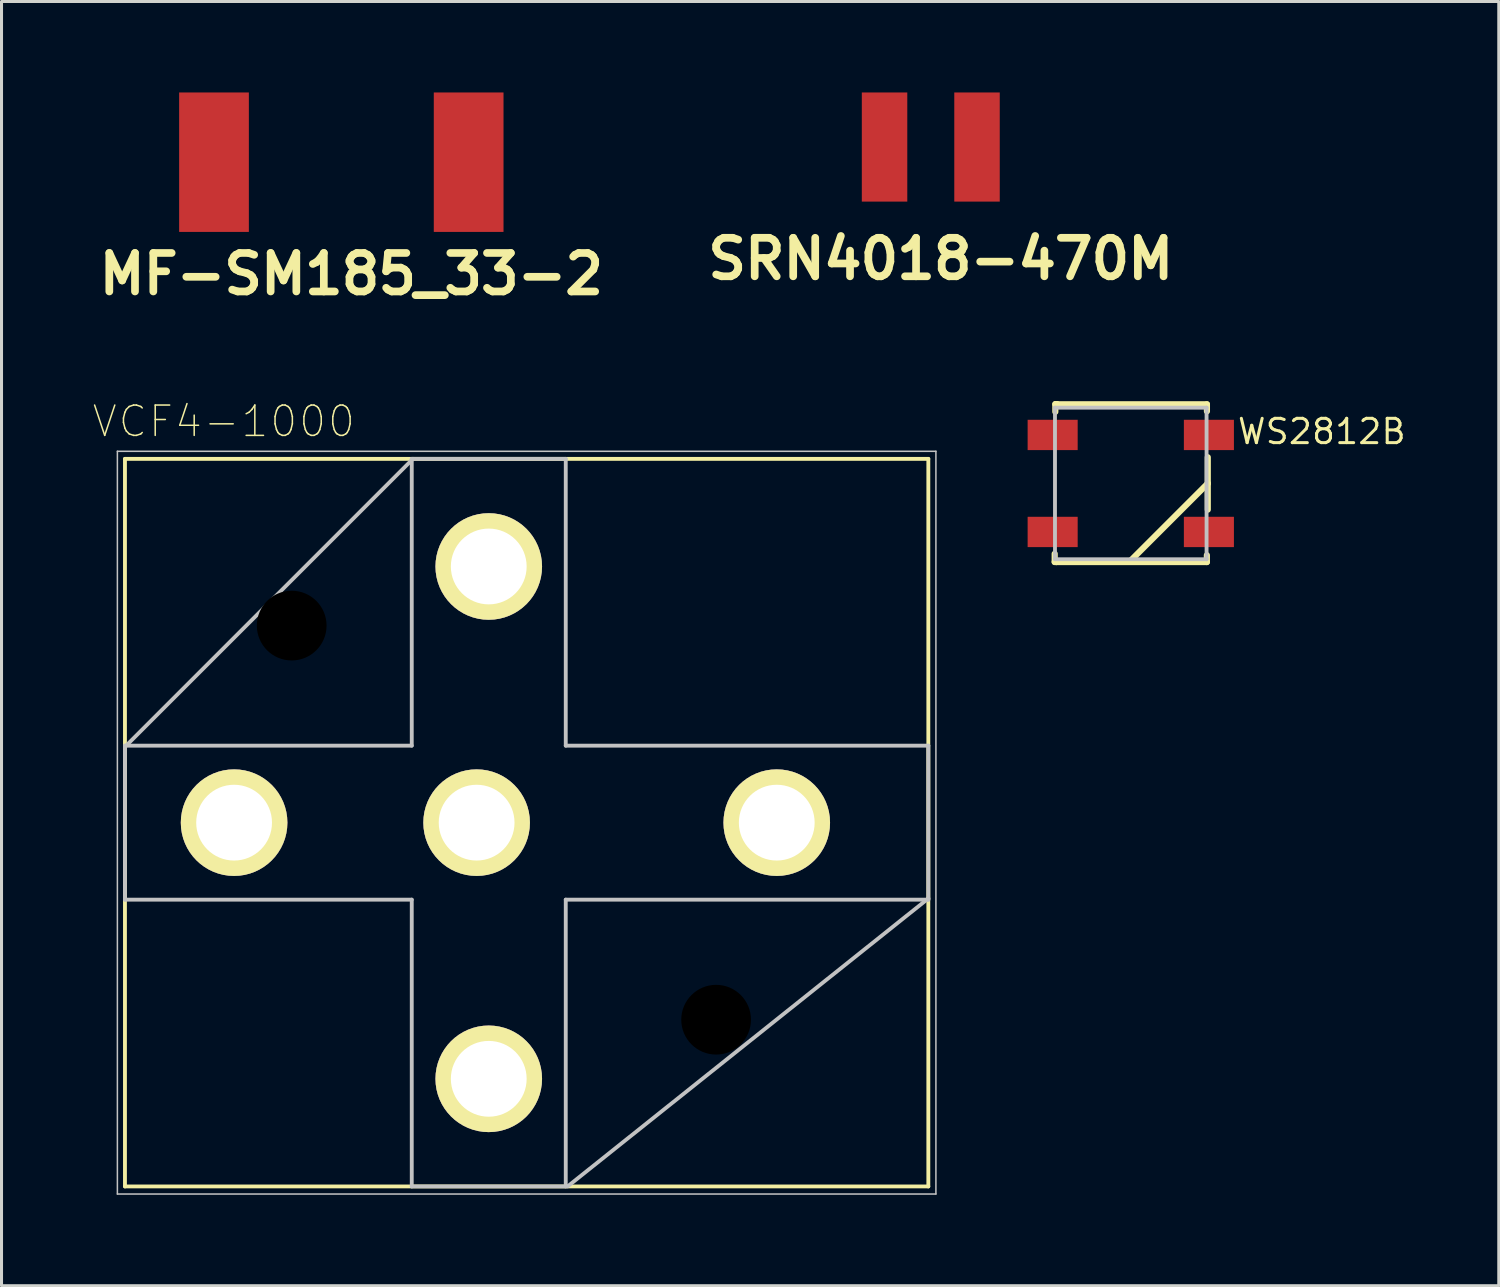
<source format=kicad_pcb>
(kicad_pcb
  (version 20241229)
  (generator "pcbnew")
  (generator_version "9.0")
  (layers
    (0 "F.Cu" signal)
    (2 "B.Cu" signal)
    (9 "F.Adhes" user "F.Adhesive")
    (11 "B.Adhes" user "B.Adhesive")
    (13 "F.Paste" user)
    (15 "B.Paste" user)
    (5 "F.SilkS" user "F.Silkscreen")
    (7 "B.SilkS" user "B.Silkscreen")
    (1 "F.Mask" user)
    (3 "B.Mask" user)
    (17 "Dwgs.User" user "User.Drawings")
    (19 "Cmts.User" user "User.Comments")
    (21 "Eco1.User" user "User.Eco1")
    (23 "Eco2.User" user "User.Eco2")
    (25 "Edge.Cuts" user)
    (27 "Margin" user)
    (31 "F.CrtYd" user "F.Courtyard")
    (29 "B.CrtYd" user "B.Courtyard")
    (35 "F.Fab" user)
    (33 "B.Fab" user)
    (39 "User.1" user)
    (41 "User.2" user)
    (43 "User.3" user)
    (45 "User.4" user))
  (footprint "WS2812B"
    (layer "F.Cu")
    (at 34.25 12.897)
    (property "Reference" "WS2812B" (at 6.301 -1.712 0) (layer "F.SilkS") (effects (font (size 0.802 0.802) (thickness 0.1))))
    (attr smd)
    (fp_line (start -2.51 2.319) (end -2.51 2.591) (stroke (width 0.203) (type solid)) (layer "F.SilkS"))
    (fp_line (start -2.51 2.591) (end -2.459 2.591) (stroke (width 0.203) (type solid)) (layer "F.SilkS"))
    (fp_line (start -2.489 -2.616) (end -2.438 -2.616) (stroke (width 0.203) (type solid)) (layer "F.SilkS"))
    (fp_line (start -2.489 -2.362) (end -2.489 -2.616) (stroke (width 0.203) (type solid)) (layer "F.SilkS"))
    (fp_line (start -2.459 2.591) (end -2.459 2.593) (stroke (width 0.203) (type solid)) (layer "F.SilkS"))
    (fp_line (start -2.459 2.593) (end 2.51 2.593) (stroke (width 0.203) (type solid)) (layer "F.SilkS"))
    (fp_line (start -2.438 -2.616) (end -2.438 -2.611) (stroke (width 0.203) (type solid)) (layer "F.SilkS"))
    (fp_line (start -2.438 -2.611) (end 2.512 -2.611) (stroke (width 0.203) (type solid)) (layer "F.SilkS"))
    (fp_line (start 2.51 2.593) (end 2.51 2.367) (stroke (width 0.203) (type solid)) (layer "F.SilkS"))
    (fp_line (start 2.512 -2.611) (end 2.512 -2.38) (stroke (width 0.203) (type solid)) (layer "F.SilkS"))
    (fp_line (start 2.54 -0.864) (end 2.54 0) (stroke (width 0.203) (type solid)) (layer "F.SilkS"))
    (fp_line (start 2.54 0) (end 0 2.54) (stroke (width 0.203) (type solid)) (layer "F.SilkS"))
    (fp_line (start 2.54 0) (end 2.54 0.864) (stroke (width 0.203) (type solid)) (layer "F.SilkS"))
    (fp_line (start -2.5 -2.5) (end -2.5 2.5) (stroke (width 0.127) (type solid)) (layer "Dwgs.User"))
    (fp_line (start -2.5 2.5) (end 2.5 2.5) (stroke (width 0.127) (type solid)) (layer "Dwgs.User"))
    (fp_line (start 2.5 -2.5) (end -2.5 -2.5) (stroke (width 0.127) (type solid)) (layer "Dwgs.User"))
    (fp_line (start 2.5 2.5) (end 2.5 -2.5) (stroke (width 0.127) (type solid)) (layer "Dwgs.User"))
    (pad "1" smd rect (at -2.577 -1.6) (size 1.651 1) (layers "F.Cu" "F.Mask" "F.Paste"))
    (pad "2" smd rect (at -2.577 1.6) (size 1.651 1) (layers "F.Cu" "F.Mask" "F.Paste"))
    (pad "3" smd rect (at 2.577 1.6) (size 1.651 1) (layers "F.Cu" "F.Mask" "F.Paste"))
    (pad "4" smd rect (at 2.577 -1.6) (size 1.651 1) (layers "F.Cu" "F.Mask" "F.Paste")))
  (footprint "MF-SM185_33-2"
    (layer "F.Cu")
    (at 8.209 2.3)
    (property "Reference" "MF-SM185_33-2" (at 0.33 3.69 0) (layer "F.SilkS") (effects (font (size 1.27 1.27) (thickness 0.254))))
    (attr through_hole)
    (pad "1" smd rect (at -4.2 0) (size 2.3 4.6) (layers "F.Cu" "F.Mask" "F.Paste"))
    (pad "2" smd rect (at 4.2 0) (size 2.3 4.6) (layers "F.Cu" "F.Mask" "F.Paste")))
  (footprint "VCF4-1000"
    (layer "F.Cu")
    (at 13.072 24.086)
    (property "Reference" "VCF4-1000" (at -8.74 -13.235 0) (layer "F.SilkS") (effects (font (size 1 1) (thickness 0.05))))
    (attr through_hole)
    (fp_line (start -12 -12) (end 14.5 -12) (stroke (width 0.127) (type solid)) (layer "F.SilkS"))
    (fp_line (start -12 12) (end -12 -12) (stroke (width 0.127) (type solid)) (layer "F.SilkS"))
    (fp_line (start 14.5 -12) (end 14.5 12) (stroke (width 0.127) (type solid)) (layer "F.SilkS"))
    (fp_line (start 14.5 12) (end -12 12) (stroke (width 0.127) (type solid)) (layer "F.SilkS"))
    (fp_line (start -12.25 -12.25) (end 14.75 -12.25) (stroke (width 0.05) (type solid)) (layer "Dwgs.User"))
    (fp_line (start -12.25 12.25) (end -12.25 -12.25) (stroke (width 0.05) (type solid)) (layer "Dwgs.User"))
    (fp_line (start -12 -2.54) (end -2.54 -2.54) (stroke (width 0.127) (type solid)) (layer "Dwgs.User"))
    (fp_line (start -12 -2.5) (end -12 -2.54) (stroke (width 0.127) (type solid)) (layer "Dwgs.User"))
    (fp_line (start -12 -2.5) (end -2.5 -12) (stroke (width 0.127) (type solid)) (layer "Dwgs.User"))
    (fp_line (start -12 2.54) (end -12 -2.5) (stroke (width 0.127) (type solid)) (layer "Dwgs.User"))
    (fp_line (start -2.54 -12) (end -2.5 -12) (stroke (width 0.127) (type solid)) (layer "Dwgs.User"))
    (fp_line (start -2.54 -2.54) (end -2.54 -12) (stroke (width 0.127) (type solid)) (layer "Dwgs.User"))
    (fp_line (start -2.54 2.54) (end -12 2.54) (stroke (width 0.127) (type solid)) (layer "Dwgs.User"))
    (fp_line (start -2.54 12) (end -2.54 2.54) (stroke (width 0.127) (type solid)) (layer "Dwgs.User"))
    (fp_line (start -2.5 -12) (end 2.54 -12) (stroke (width 0.127) (type solid)) (layer "Dwgs.User"))
    (fp_line (start 2.54 -12) (end 2.54 -2.54) (stroke (width 0.127) (type solid)) (layer "Dwgs.User"))
    (fp_line (start 2.54 -2.54) (end 14.5 -2.54) (stroke (width 0.127) (type solid)) (layer "Dwgs.User"))
    (fp_line (start 2.54 2.54) (end 2.54 12) (stroke (width 0.127) (type solid)) (layer "Dwgs.User"))
    (fp_line (start 2.54 12) (end -2.54 12) (stroke (width 0.127) (type solid)) (layer "Dwgs.User"))
    (fp_line (start 14.5 -2.54) (end 14.5 2.5) (stroke (width 0.127) (type solid)) (layer "Dwgs.User"))
    (fp_line (start 14.5 2.5) (end 2.6 12) (stroke (width 0.127) (type solid)) (layer "Dwgs.User"))
    (fp_line (start 14.5 2.5) (end 14.5 2.54) (stroke (width 0.127) (type solid)) (layer "Dwgs.User"))
    (fp_line (start 14.5 2.54) (end 2.54 2.54) (stroke (width 0.127) (type solid)) (layer "Dwgs.User"))
    (fp_line (start 14.75 -12.25) (end 14.75 12.25) (stroke (width 0.05) (type solid)) (layer "Dwgs.User"))
    (fp_line (start 14.75 12.25) (end -12.25 12.25) (stroke (width 0.05) (type solid)) (layer "Dwgs.User"))
    (pad "" np_thru_hole circle (at -6.5 -6.5) (size 2.3 2.3) (drill 2.3) (layers))
    (pad "" np_thru_hole circle (at 7.5 6.5) (size 2.3 2.3) (drill 2.3) (layers))
    (pad "30" thru_hole circle (at 9.5 0) (size 3.516 3.516) (drill 2.5) (layers "*.Cu" "*.Mask" "F.SilkS"))
    (pad "85" thru_hole circle (at 0 8.45) (size 3.516 3.516) (drill 2.5) (layers "*.Cu" "*.Mask" "F.SilkS"))
    (pad "86" thru_hole circle (at 0 -8.45) (size 3.516 3.516) (drill 2.5) (layers "*.Cu" "*.Mask" "F.SilkS"))
    (pad "87" thru_hole circle (at -8.4 0) (size 3.516 3.516) (drill 2.5) (layers "*.Cu" "*.Mask" "F.SilkS"))
    (pad "87A" thru_hole circle (at -0.4 0) (size 3.516 3.516) (drill 2.5) (layers "*.Cu" "*.Mask" "F.SilkS")))
  (footprint "SRN4018-470M"
    (layer "F.Cu")
    (at 27.653 1.8)
    (property "Reference" "SRN4018-470M" (at 0.33 3.69 0) (layer "F.SilkS") (effects (font (size 1.27 1.27) (thickness 0.254))))
    (attr through_hole)
    (pad "1" smd rect (at -1.525 0) (size 1.5 3.6) (layers "F.Cu" "F.Mask" "F.Paste"))
    (pad "2" smd rect (at 1.525 0) (size 1.5 3.6) (layers "F.Cu" "F.Mask" "F.Paste")))
  (gr_rect
    (start -3 -3)
    (end 46.389 39.361)
    (stroke (width 0.1) (type default))
    (fill no)
    (layer "Edge.Cuts")))
</source>
